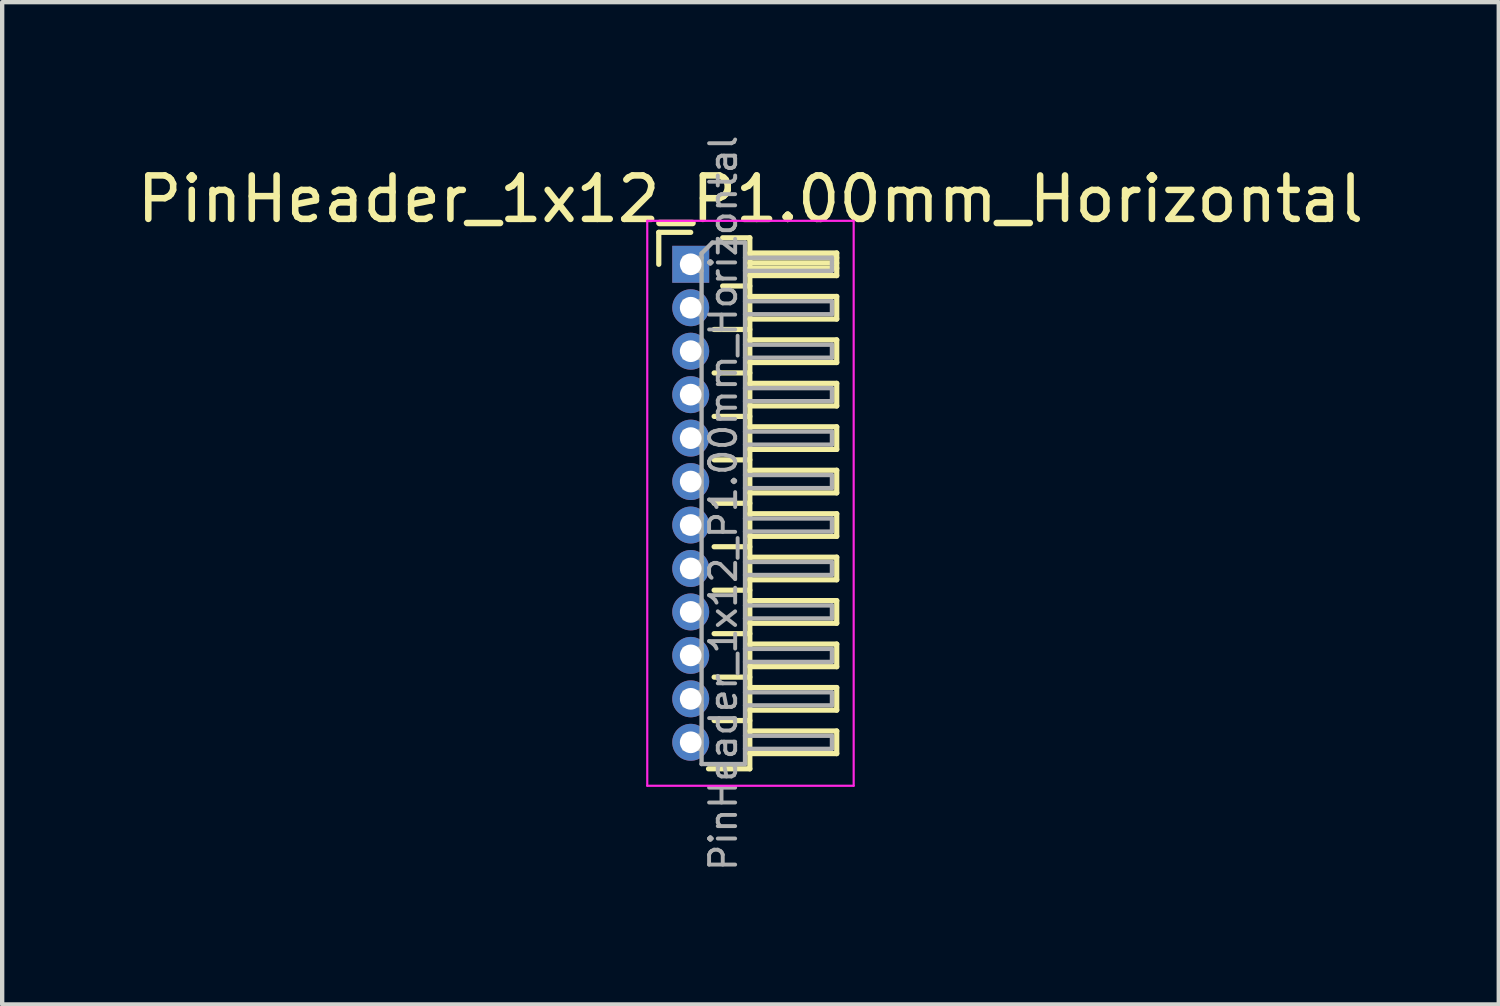
<source format=kicad_pcb>
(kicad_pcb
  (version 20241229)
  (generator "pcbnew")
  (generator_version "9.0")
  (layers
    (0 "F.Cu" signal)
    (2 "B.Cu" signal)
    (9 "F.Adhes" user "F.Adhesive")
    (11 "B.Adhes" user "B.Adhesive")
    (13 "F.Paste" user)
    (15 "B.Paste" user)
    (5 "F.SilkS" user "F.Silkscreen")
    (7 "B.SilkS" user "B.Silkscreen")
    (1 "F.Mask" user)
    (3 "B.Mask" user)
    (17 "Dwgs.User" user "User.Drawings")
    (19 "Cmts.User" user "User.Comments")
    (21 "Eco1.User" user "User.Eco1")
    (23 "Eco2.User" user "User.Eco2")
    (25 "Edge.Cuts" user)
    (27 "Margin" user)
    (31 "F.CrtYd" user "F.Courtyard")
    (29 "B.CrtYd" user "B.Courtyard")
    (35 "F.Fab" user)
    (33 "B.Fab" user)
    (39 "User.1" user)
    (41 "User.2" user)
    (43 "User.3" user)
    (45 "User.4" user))
  (footprint "PinHeader_1x12_P1.00mm_Horizontal"
    (layer "F.Cu")
    (at 12.845 3.032)
    (property "Reference" "PinHeader_1x12_P1.00mm_Horizontal" (at 1.375 -1.5 0) (layer "F.SilkS") (effects (font (size 1 1) (thickness 0.15))))
    (attr through_hole)
    (fp_line (start -0.735 -0.735) (end 0 -0.735) (stroke (width 0.12) (type solid)) (layer "F.SilkS"))
    (fp_line (start -0.735 0) (end -0.735 -0.735) (stroke (width 0.12) (type solid)) (layer "F.SilkS"))
    (fp_line (start 0.539 1.5) (end 1.36 1.5) (stroke (width 0.12) (type solid)) (layer "F.SilkS"))
    (fp_line (start 0.539 2.5) (end 1.36 2.5) (stroke (width 0.12) (type solid)) (layer "F.SilkS"))
    (fp_line (start 0.539 3.5) (end 1.36 3.5) (stroke (width 0.12) (type solid)) (layer "F.SilkS"))
    (fp_line (start 0.539 4.5) (end 1.36 4.5) (stroke (width 0.12) (type solid)) (layer "F.SilkS"))
    (fp_line (start 0.539 5.5) (end 1.36 5.5) (stroke (width 0.12) (type solid)) (layer "F.SilkS"))
    (fp_line (start 0.539 6.5) (end 1.36 6.5) (stroke (width 0.12) (type solid)) (layer "F.SilkS"))
    (fp_line (start 0.539 7.5) (end 1.36 7.5) (stroke (width 0.12) (type solid)) (layer "F.SilkS"))
    (fp_line (start 0.539 8.5) (end 1.36 8.5) (stroke (width 0.12) (type solid)) (layer "F.SilkS"))
    (fp_line (start 0.539 9.5) (end 1.36 9.5) (stroke (width 0.12) (type solid)) (layer "F.SilkS"))
    (fp_line (start 0.539 10.5) (end 1.36 10.5) (stroke (width 0.12) (type solid)) (layer "F.SilkS"))
    (fp_line (start 0.735 -0.61) (end 1.36 -0.61) (stroke (width 0.12) (type solid)) (layer "F.SilkS"))
    (fp_line (start 0.735 0.5) (end 1.36 0.5) (stroke (width 0.12) (type solid)) (layer "F.SilkS"))
    (fp_line (start 1.36 -0.61) (end 1.36 11.61) (stroke (width 0.12) (type solid)) (layer "F.SilkS"))
    (fp_line (start 1.36 -0.26) (end 3.36 -0.26) (stroke (width 0.12) (type solid)) (layer "F.SilkS"))
    (fp_line (start 1.36 -0.15) (end 3.36 -0.15) (stroke (width 0.12) (type solid)) (layer "F.SilkS"))
    (fp_line (start 1.36 -0.03) (end 3.36 -0.03) (stroke (width 0.12) (type solid)) (layer "F.SilkS"))
    (fp_line (start 1.36 0.09) (end 3.36 0.09) (stroke (width 0.12) (type solid)) (layer "F.SilkS"))
    (fp_line (start 1.36 0.74) (end 3.36 0.74) (stroke (width 0.12) (type solid)) (layer "F.SilkS"))
    (fp_line (start 1.36 1.74) (end 3.36 1.74) (stroke (width 0.12) (type solid)) (layer "F.SilkS"))
    (fp_line (start 1.36 2.74) (end 3.36 2.74) (stroke (width 0.12) (type solid)) (layer "F.SilkS"))
    (fp_line (start 1.36 3.74) (end 3.36 3.74) (stroke (width 0.12) (type solid)) (layer "F.SilkS"))
    (fp_line (start 1.36 4.74) (end 3.36 4.74) (stroke (width 0.12) (type solid)) (layer "F.SilkS"))
    (fp_line (start 1.36 5.74) (end 3.36 5.74) (stroke (width 0.12) (type solid)) (layer "F.SilkS"))
    (fp_line (start 1.36 6.74) (end 3.36 6.74) (stroke (width 0.12) (type solid)) (layer "F.SilkS"))
    (fp_line (start 1.36 7.74) (end 3.36 7.74) (stroke (width 0.12) (type solid)) (layer "F.SilkS"))
    (fp_line (start 1.36 8.74) (end 3.36 8.74) (stroke (width 0.12) (type solid)) (layer "F.SilkS"))
    (fp_line (start 1.36 9.74) (end 3.36 9.74) (stroke (width 0.12) (type solid)) (layer "F.SilkS"))
    (fp_line (start 1.36 10.74) (end 3.36 10.74) (stroke (width 0.12) (type solid)) (layer "F.SilkS"))
    (fp_line (start 1.36 11.61) (end 0.41 11.61) (stroke (width 0.12) (type solid)) (layer "F.SilkS"))
    (fp_line (start 3.36 -0.26) (end 3.36 0.26) (stroke (width 0.12) (type solid)) (layer "F.SilkS"))
    (fp_line (start 3.36 0.26) (end 1.36 0.26) (stroke (width 0.12) (type solid)) (layer "F.SilkS"))
    (fp_line (start 3.36 0.74) (end 3.36 1.26) (stroke (width 0.12) (type solid)) (layer "F.SilkS"))
    (fp_line (start 3.36 1.26) (end 1.36 1.26) (stroke (width 0.12) (type solid)) (layer "F.SilkS"))
    (fp_line (start 3.36 1.74) (end 3.36 2.26) (stroke (width 0.12) (type solid)) (layer "F.SilkS"))
    (fp_line (start 3.36 2.26) (end 1.36 2.26) (stroke (width 0.12) (type solid)) (layer "F.SilkS"))
    (fp_line (start 3.36 2.74) (end 3.36 3.26) (stroke (width 0.12) (type solid)) (layer "F.SilkS"))
    (fp_line (start 3.36 3.26) (end 1.36 3.26) (stroke (width 0.12) (type solid)) (layer "F.SilkS"))
    (fp_line (start 3.36 3.74) (end 3.36 4.26) (stroke (width 0.12) (type solid)) (layer "F.SilkS"))
    (fp_line (start 3.36 4.26) (end 1.36 4.26) (stroke (width 0.12) (type solid)) (layer "F.SilkS"))
    (fp_line (start 3.36 4.74) (end 3.36 5.26) (stroke (width 0.12) (type solid)) (layer "F.SilkS"))
    (fp_line (start 3.36 5.26) (end 1.36 5.26) (stroke (width 0.12) (type solid)) (layer "F.SilkS"))
    (fp_line (start 3.36 5.74) (end 3.36 6.26) (stroke (width 0.12) (type solid)) (layer "F.SilkS"))
    (fp_line (start 3.36 6.26) (end 1.36 6.26) (stroke (width 0.12) (type solid)) (layer "F.SilkS"))
    (fp_line (start 3.36 6.74) (end 3.36 7.26) (stroke (width 0.12) (type solid)) (layer "F.SilkS"))
    (fp_line (start 3.36 7.26) (end 1.36 7.26) (stroke (width 0.12) (type solid)) (layer "F.SilkS"))
    (fp_line (start 3.36 7.74) (end 3.36 8.26) (stroke (width 0.12) (type solid)) (layer "F.SilkS"))
    (fp_line (start 3.36 8.26) (end 1.36 8.26) (stroke (width 0.12) (type solid)) (layer "F.SilkS"))
    (fp_line (start 3.36 8.74) (end 3.36 9.26) (stroke (width 0.12) (type solid)) (layer "F.SilkS"))
    (fp_line (start 3.36 9.26) (end 1.36 9.26) (stroke (width 0.12) (type solid)) (layer "F.SilkS"))
    (fp_line (start 3.36 9.74) (end 3.36 10.26) (stroke (width 0.12) (type solid)) (layer "F.SilkS"))
    (fp_line (start 3.36 10.26) (end 1.36 10.26) (stroke (width 0.12) (type solid)) (layer "F.SilkS"))
    (fp_line (start 3.36 10.74) (end 3.36 11.26) (stroke (width 0.12) (type solid)) (layer "F.SilkS"))
    (fp_line (start 3.36 11.26) (end 1.36 11.26) (stroke (width 0.12) (type solid)) (layer "F.SilkS"))
    (fp_line (start -1 -1) (end -1 12) (stroke (width 0.05) (type solid)) (layer "F.CrtYd"))
    (fp_line (start -1 12) (end 3.75 12) (stroke (width 0.05) (type solid)) (layer "F.CrtYd"))
    (fp_line (start 3.75 -1) (end -1 -1) (stroke (width 0.05) (type solid)) (layer "F.CrtYd"))
    (fp_line (start 3.75 12) (end 3.75 -1) (stroke (width 0.05) (type solid)) (layer "F.CrtYd"))
    (fp_line (start -0.15 -0.15) (end -0.15 0.15) (stroke (width 0.1) (type solid)) (layer "F.Fab"))
    (fp_line (start -0.15 -0.15) (end 0.25 -0.15) (stroke (width 0.1) (type solid)) (layer "F.Fab"))
    (fp_line (start -0.15 0.15) (end 0.25 0.15) (stroke (width 0.1) (type solid)) (layer "F.Fab"))
    (fp_line (start -0.15 0.85) (end -0.15 1.15) (stroke (width 0.1) (type solid)) (layer "F.Fab"))
    (fp_line (start -0.15 0.85) (end 0.25 0.85) (stroke (width 0.1) (type solid)) (layer "F.Fab"))
    (fp_line (start -0.15 1.15) (end 0.25 1.15) (stroke (width 0.1) (type solid)) (layer "F.Fab"))
    (fp_line (start -0.15 1.85) (end -0.15 2.15) (stroke (width 0.1) (type solid)) (layer "F.Fab"))
    (fp_line (start -0.15 1.85) (end 0.25 1.85) (stroke (width 0.1) (type solid)) (layer "F.Fab"))
    (fp_line (start -0.15 2.15) (end 0.25 2.15) (stroke (width 0.1) (type solid)) (layer "F.Fab"))
    (fp_line (start -0.15 2.85) (end -0.15 3.15) (stroke (width 0.1) (type solid)) (layer "F.Fab"))
    (fp_line (start -0.15 2.85) (end 0.25 2.85) (stroke (width 0.1) (type solid)) (layer "F.Fab"))
    (fp_line (start -0.15 3.15) (end 0.25 3.15) (stroke (width 0.1) (type solid)) (layer "F.Fab"))
    (fp_line (start -0.15 3.85) (end -0.15 4.15) (stroke (width 0.1) (type solid)) (layer "F.Fab"))
    (fp_line (start -0.15 3.85) (end 0.25 3.85) (stroke (width 0.1) (type solid)) (layer "F.Fab"))
    (fp_line (start -0.15 4.15) (end 0.25 4.15) (stroke (width 0.1) (type solid)) (layer "F.Fab"))
    (fp_line (start -0.15 4.85) (end -0.15 5.15) (stroke (width 0.1) (type solid)) (layer "F.Fab"))
    (fp_line (start -0.15 4.85) (end 0.25 4.85) (stroke (width 0.1) (type solid)) (layer "F.Fab"))
    (fp_line (start -0.15 5.15) (end 0.25 5.15) (stroke (width 0.1) (type solid)) (layer "F.Fab"))
    (fp_line (start -0.15 5.85) (end -0.15 6.15) (stroke (width 0.1) (type solid)) (layer "F.Fab"))
    (fp_line (start -0.15 5.85) (end 0.25 5.85) (stroke (width 0.1) (type solid)) (layer "F.Fab"))
    (fp_line (start -0.15 6.15) (end 0.25 6.15) (stroke (width 0.1) (type solid)) (layer "F.Fab"))
    (fp_line (start -0.15 6.85) (end -0.15 7.15) (stroke (width 0.1) (type solid)) (layer "F.Fab"))
    (fp_line (start -0.15 6.85) (end 0.25 6.85) (stroke (width 0.1) (type solid)) (layer "F.Fab"))
    (fp_line (start -0.15 7.15) (end 0.25 7.15) (stroke (width 0.1) (type solid)) (layer "F.Fab"))
    (fp_line (start -0.15 7.85) (end -0.15 8.15) (stroke (width 0.1) (type solid)) (layer "F.Fab"))
    (fp_line (start -0.15 7.85) (end 0.25 7.85) (stroke (width 0.1) (type solid)) (layer "F.Fab"))
    (fp_line (start -0.15 8.15) (end 0.25 8.15) (stroke (width 0.1) (type solid)) (layer "F.Fab"))
    (fp_line (start -0.15 8.85) (end -0.15 9.15) (stroke (width 0.1) (type solid)) (layer "F.Fab"))
    (fp_line (start -0.15 8.85) (end 0.25 8.85) (stroke (width 0.1) (type solid)) (layer "F.Fab"))
    (fp_line (start -0.15 9.15) (end 0.25 9.15) (stroke (width 0.1) (type solid)) (layer "F.Fab"))
    (fp_line (start -0.15 9.85) (end -0.15 10.15) (stroke (width 0.1) (type solid)) (layer "F.Fab"))
    (fp_line (start -0.15 9.85) (end 0.25 9.85) (stroke (width 0.1) (type solid)) (layer "F.Fab"))
    (fp_line (start -0.15 10.15) (end 0.25 10.15) (stroke (width 0.1) (type solid)) (layer "F.Fab"))
    (fp_line (start -0.15 10.85) (end -0.15 11.15) (stroke (width 0.1) (type solid)) (layer "F.Fab"))
    (fp_line (start -0.15 10.85) (end 0.25 10.85) (stroke (width 0.1) (type solid)) (layer "F.Fab"))
    (fp_line (start -0.15 11.15) (end 0.25 11.15) (stroke (width 0.1) (type solid)) (layer "F.Fab"))
    (fp_line (start 0.25 -0.25) (end 0.5 -0.5) (stroke (width 0.1) (type solid)) (layer "F.Fab"))
    (fp_line (start 0.25 11.5) (end 0.25 -0.25) (stroke (width 0.1) (type solid)) (layer "F.Fab"))
    (fp_line (start 0.5 -0.5) (end 1.25 -0.5) (stroke (width 0.1) (type solid)) (layer "F.Fab"))
    (fp_line (start 1.25 -0.5) (end 1.25 11.5) (stroke (width 0.1) (type solid)) (layer "F.Fab"))
    (fp_line (start 1.25 -0.15) (end 3.25 -0.15) (stroke (width 0.1) (type solid)) (layer "F.Fab"))
    (fp_line (start 1.25 0.15) (end 3.25 0.15) (stroke (width 0.1) (type solid)) (layer "F.Fab"))
    (fp_line (start 1.25 0.85) (end 3.25 0.85) (stroke (width 0.1) (type solid)) (layer "F.Fab"))
    (fp_line (start 1.25 1.15) (end 3.25 1.15) (stroke (width 0.1) (type solid)) (layer "F.Fab"))
    (fp_line (start 1.25 1.85) (end 3.25 1.85) (stroke (width 0.1) (type solid)) (layer "F.Fab"))
    (fp_line (start 1.25 2.15) (end 3.25 2.15) (stroke (width 0.1) (type solid)) (layer "F.Fab"))
    (fp_line (start 1.25 2.85) (end 3.25 2.85) (stroke (width 0.1) (type solid)) (layer "F.Fab"))
    (fp_line (start 1.25 3.15) (end 3.25 3.15) (stroke (width 0.1) (type solid)) (layer "F.Fab"))
    (fp_line (start 1.25 3.85) (end 3.25 3.85) (stroke (width 0.1) (type solid)) (layer "F.Fab"))
    (fp_line (start 1.25 4.15) (end 3.25 4.15) (stroke (width 0.1) (type solid)) (layer "F.Fab"))
    (fp_line (start 1.25 4.85) (end 3.25 4.85) (stroke (width 0.1) (type solid)) (layer "F.Fab"))
    (fp_line (start 1.25 5.15) (end 3.25 5.15) (stroke (width 0.1) (type solid)) (layer "F.Fab"))
    (fp_line (start 1.25 5.85) (end 3.25 5.85) (stroke (width 0.1) (type solid)) (layer "F.Fab"))
    (fp_line (start 1.25 6.15) (end 3.25 6.15) (stroke (width 0.1) (type solid)) (layer "F.Fab"))
    (fp_line (start 1.25 6.85) (end 3.25 6.85) (stroke (width 0.1) (type solid)) (layer "F.Fab"))
    (fp_line (start 1.25 7.15) (end 3.25 7.15) (stroke (width 0.1) (type solid)) (layer "F.Fab"))
    (fp_line (start 1.25 7.85) (end 3.25 7.85) (stroke (width 0.1) (type solid)) (layer "F.Fab"))
    (fp_line (start 1.25 8.15) (end 3.25 8.15) (stroke (width 0.1) (type solid)) (layer "F.Fab"))
    (fp_line (start 1.25 8.85) (end 3.25 8.85) (stroke (width 0.1) (type solid)) (layer "F.Fab"))
    (fp_line (start 1.25 9.15) (end 3.25 9.15) (stroke (width 0.1) (type solid)) (layer "F.Fab"))
    (fp_line (start 1.25 9.85) (end 3.25 9.85) (stroke (width 0.1) (type solid)) (layer "F.Fab"))
    (fp_line (start 1.25 10.15) (end 3.25 10.15) (stroke (width 0.1) (type solid)) (layer "F.Fab"))
    (fp_line (start 1.25 10.85) (end 3.25 10.85) (stroke (width 0.1) (type solid)) (layer "F.Fab"))
    (fp_line (start 1.25 11.15) (end 3.25 11.15) (stroke (width 0.1) (type solid)) (layer "F.Fab"))
    (fp_line (start 1.25 11.5) (end 0.25 11.5) (stroke (width 0.1) (type solid)) (layer "F.Fab"))
    (fp_line (start 3.25 -0.15) (end 3.25 0.15) (stroke (width 0.1) (type solid)) (layer "F.Fab"))
    (fp_line (start 3.25 0.85) (end 3.25 1.15) (stroke (width 0.1) (type solid)) (layer "F.Fab"))
    (fp_line (start 3.25 1.85) (end 3.25 2.15) (stroke (width 0.1) (type solid)) (layer "F.Fab"))
    (fp_line (start 3.25 2.85) (end 3.25 3.15) (stroke (width 0.1) (type solid)) (layer "F.Fab"))
    (fp_line (start 3.25 3.85) (end 3.25 4.15) (stroke (width 0.1) (type solid)) (layer "F.Fab"))
    (fp_line (start 3.25 4.85) (end 3.25 5.15) (stroke (width 0.1) (type solid)) (layer "F.Fab"))
    (fp_line (start 3.25 5.85) (end 3.25 6.15) (stroke (width 0.1) (type solid)) (layer "F.Fab"))
    (fp_line (start 3.25 6.85) (end 3.25 7.15) (stroke (width 0.1) (type solid)) (layer "F.Fab"))
    (fp_line (start 3.25 7.85) (end 3.25 8.15) (stroke (width 0.1) (type solid)) (layer "F.Fab"))
    (fp_line (start 3.25 8.85) (end 3.25 9.15) (stroke (width 0.1) (type solid)) (layer "F.Fab"))
    (fp_line (start 3.25 9.85) (end 3.25 10.15) (stroke (width 0.1) (type solid)) (layer "F.Fab"))
    (fp_line (start 3.25 10.85) (end 3.25 11.15) (stroke (width 0.1) (type solid)) (layer "F.Fab"))
    (fp_text user "${REFERENCE}" (at 0.75 5.5 90) (layer "F.Fab") (effects (font (size 0.6 0.6) (thickness 0.09))))
    (pad "1" thru_hole rect (at 0 0) (size 0.85 0.85) (drill 0.5) (layers "*.Cu" "*.Mask"))
    (pad "2" thru_hole circle (at 0 1) (size 0.85 0.85) (drill 0.5) (layers "*.Cu" "*.Mask"))
    (pad "3" thru_hole circle (at 0 2) (size 0.85 0.85) (drill 0.5) (layers "*.Cu" "*.Mask"))
    (pad "4" thru_hole circle (at 0 3) (size 0.85 0.85) (drill 0.5) (layers "*.Cu" "*.Mask"))
    (pad "5" thru_hole circle (at 0 4) (size 0.85 0.85) (drill 0.5) (layers "*.Cu" "*.Mask"))
    (pad "6" thru_hole circle (at 0 5) (size 0.85 0.85) (drill 0.5) (layers "*.Cu" "*.Mask"))
    (pad "7" thru_hole circle (at 0 6) (size 0.85 0.85) (drill 0.5) (layers "*.Cu" "*.Mask"))
    (pad "8" thru_hole circle (at 0 7) (size 0.85 0.85) (drill 0.5) (layers "*.Cu" "*.Mask"))
    (pad "9" thru_hole circle (at 0 8) (size 0.85 0.85) (drill 0.5) (layers "*.Cu" "*.Mask"))
    (pad "10" thru_hole circle (at 0 9) (size 0.85 0.85) (drill 0.5) (layers "*.Cu" "*.Mask"))
    (pad "11" thru_hole circle (at 0 10) (size 0.85 0.85) (drill 0.5) (layers "*.Cu" "*.Mask"))
    (pad "12" thru_hole circle (at 0 11) (size 0.85 0.85) (drill 0.5) (layers "*.Cu" "*.Mask")))
  (gr_rect
    (start -3 -3)
    (end 31.44 20.064)
    (stroke (width 0.1) (type default))
    (fill no)
    (layer "Edge.Cuts")))
</source>
